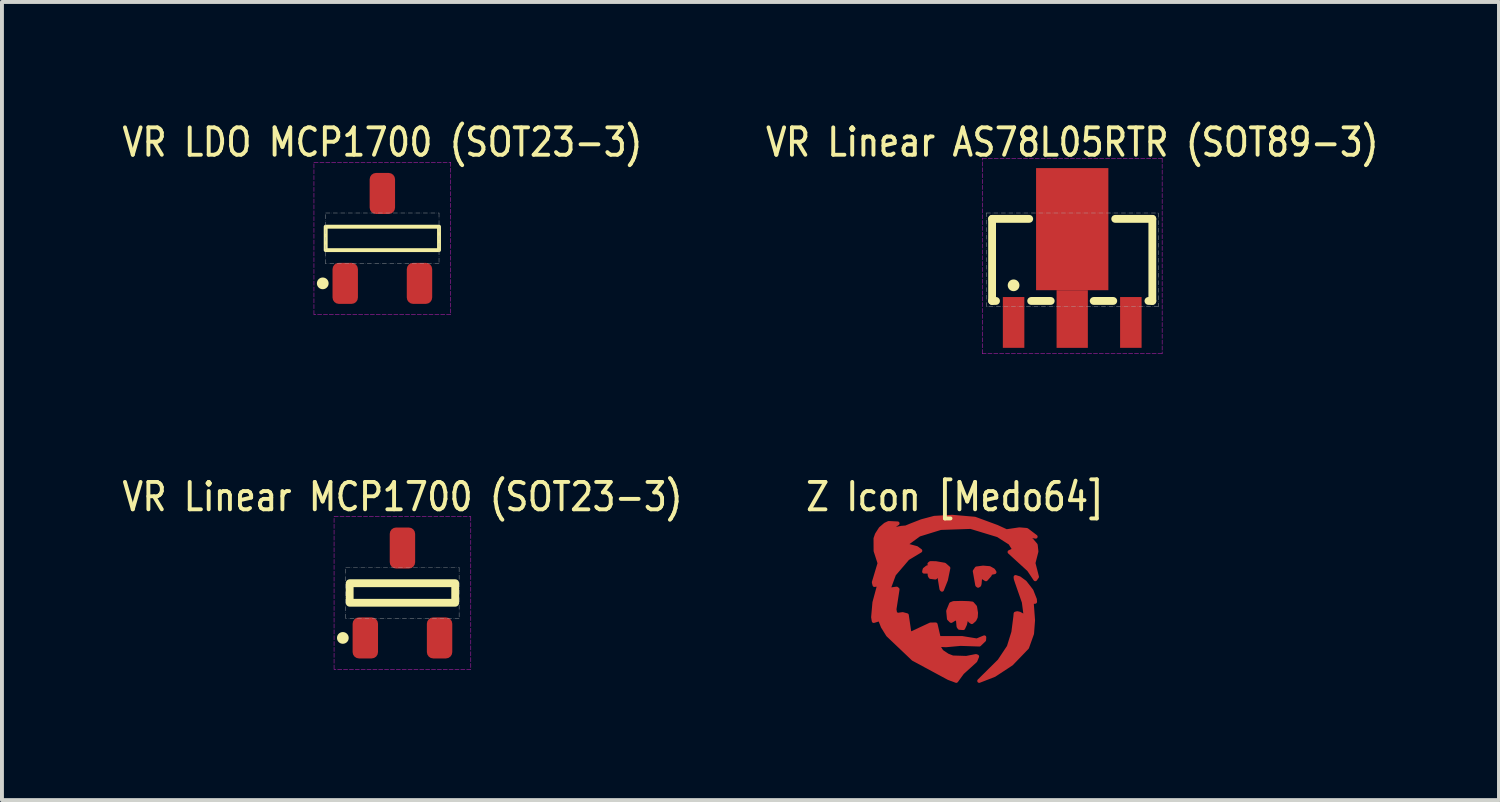
<source format=kicad_pcb>
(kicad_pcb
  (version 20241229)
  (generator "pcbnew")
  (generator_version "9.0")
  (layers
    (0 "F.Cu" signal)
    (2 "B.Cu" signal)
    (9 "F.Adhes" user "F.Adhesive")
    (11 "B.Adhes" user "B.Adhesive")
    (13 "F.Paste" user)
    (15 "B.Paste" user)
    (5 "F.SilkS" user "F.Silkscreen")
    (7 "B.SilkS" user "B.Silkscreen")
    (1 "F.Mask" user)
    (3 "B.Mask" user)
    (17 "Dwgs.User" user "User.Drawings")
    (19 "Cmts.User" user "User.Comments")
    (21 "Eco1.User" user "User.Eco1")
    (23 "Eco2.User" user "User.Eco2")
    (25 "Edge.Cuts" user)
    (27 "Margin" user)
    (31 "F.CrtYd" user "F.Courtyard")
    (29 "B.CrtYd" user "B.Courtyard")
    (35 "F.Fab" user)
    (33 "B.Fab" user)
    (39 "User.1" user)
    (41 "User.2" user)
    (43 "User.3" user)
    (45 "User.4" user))
  (footprint "Z Icon [Medo64]"
    (layer "F.Cu")
    (at 21.384 12.272)
    (property "Reference" "Z Icon [Medo64]" (at 0 -2.2 0) (unlocked yes) (layer "F.SilkS") (effects (font (size 0.7 0.6) (thickness 0.1)) (justify bottom)))
    (attr smd)
    (fp_poly (pts (xy 0.569 -0.353) (xy 0.506 -0.707) (xy 0.554 -0.778) (xy 0.719 -0.8) (xy 0.885 -0.786) (xy 0.979 -0.733) (xy 1.012 -0.682) (xy 0.902 -0.659) (xy 0.892 -0.612) (xy 0.793 -0.5) (xy 0.659 -0.583) (xy 0.647 -0.581) (xy 0.632 -0.391) (xy 0.622 -0.353) (xy 0.592 -0.334)) (stroke (width 0.1) (type solid)) (fill yes) (layer "F.Cu"))
    (fp_poly (pts (xy -0.347 -0.253) (xy -0.412 -0.648) (xy -0.502 -0.544) (xy -0.626 -0.56) (xy -0.646 -0.595) (xy -0.654 -0.695) (xy -0.79 -0.696) (xy -0.777 -0.752) (xy -0.709 -0.806) (xy -0.594 -0.838) (xy -0.594 -0.861) (xy -0.645 -0.874) (xy -0.654 -0.893) (xy -0.626 -0.915) (xy -0.491 -0.913) (xy -0.267 -0.874) (xy -0.168 -0.787) (xy -0.23 -0.486) (xy -0.331 -0.233) (xy -0.339 -0.24)) (stroke (width 0.1) (type solid)) (fill yes) (layer "F.Cu"))
    (fp_poly (pts (xy 0.115 0.742) (xy 0.09 0.706) (xy 0.078 0.566) (xy 0.062 0.52) (xy 0.008 0.502) (xy -0.097 0.566) (xy -0.155 0.508) (xy -0.174 0.31) (xy -0.101 0.133) (xy -0.036 0.108) (xy 0.168 0.103) (xy 0.347 0.109) (xy 0.44 0.12) (xy 0.515 0.205) (xy 0.54 0.36) (xy 0.533 0.466) (xy 0.5 0.535) (xy 0.431 0.596) (xy 0.384 0.562) (xy 0.365 0.53) (xy 0.342 0.512) (xy 0.286 0.53) (xy 0.257 0.652) (xy 0.212 0.749)) (stroke (width 0.1) (type solid)) (fill yes) (layer "F.Cu"))
    (fp_poly (pts (xy 1.137 1.588) (xy 1.377 1.227) (xy 1.493 0.853) (xy 1.544 0.455) (xy 1.551 0.378) (xy 1.595 0.367) (xy 1.649 0.379) (xy 1.781 0.45) (xy 1.801 0.39) (xy 1.761 0.085) (xy 1.586 -0.417) (xy 1.555 -0.511) (xy 1.55 -0.558) (xy 1.648 -0.527) (xy 1.79 -0.423) (xy 1.958 -0.207) (xy 2.045 0.013) (xy 2.05 0.076) (xy 1.964 0.082) (xy 1.999 0.548) (xy 1.973 0.89) (xy 1.846 1.245) (xy 1.444 1.662) (xy 1.007 1.949) (xy 0.62 2.1)) (stroke (width 0.1) (type solid)) (fill yes) (layer "F.Cu"))
    (fp_poly (pts (xy -0.162 2.027) (xy -1.067 1.539) (xy -1.715 0.923) (xy -1.847 0.71) (xy -1.921 0.519) (xy -2.079 0.567) (xy -2.095 0.469) (xy -2.062 0.094) (xy -1.952 -0.314) (xy -1.982 -0.367) (xy -2.06 -0.354) (xy -2.077 -0.422) (xy -1.93 -0.912) (xy -2.032 -1.227) (xy -2.034 -1.544) (xy -1.998 -1.647) (xy -1.903 -1.796) (xy -1.782 -1.9) (xy -1.695 -1.941) (xy -1.468 -1.93) (xy -1.663 -1.801) (xy -1.722 -1.753) (xy -1.784 -1.659) (xy -1.735 -1.66) (xy -1.576 -1.778) (xy -1.371 -1.817) (xy -1.254 -1.827) (xy -1.134 -1.877) (xy -0.852 -1.987) (xy -0.528 -2.073) (xy -0.073 -2.1) (xy 0.509 -2.05) (xy 1.073 -1.842) (xy 1.317 -1.73) (xy 1.649 -1.779) (xy 1.837 -1.763) (xy 2.065 -1.59) (xy 1.802 -1.633) (xy 1.67 -1.615) (xy 1.959 -1.505) (xy 2.067 -1.378) (xy 2.085 -1.212) (xy 2.009 -0.915) (xy 2.099 -0.563) (xy 2.055 -0.501) (xy 1.891 -0.746) (xy 1.396 -1.198) (xy 1.522 -1.254) (xy 1.413 -1.428) (xy 1.101 -1.627) (xy 0.403 -1.839) (xy -0.366 -1.813) (xy -0.919 -1.642) (xy -1.209 -1.43) (xy -1.227 -1.366) (xy -0.981 -1.3) (xy -0.886 -1.23) (xy -1.21 -1.035) (xy -1.558 -0.628) (xy -1.682 -0.293) (xy -1.663 -0.238) (xy -1.492 -0.262) (xy -1.468 -0.242) (xy -1.547 0.268) (xy -1.529 0.375) (xy -1.464 0.408) (xy -1.339 0.39) (xy -1.231 0.419) (xy -1.16 0.905) (xy -0.625 0.656) (xy -0.494 0.655) (xy -0.414 1.002) (xy 0.18 1.002) (xy 0.561 1.064) (xy 0.751 0.985) (xy 0.746 1.053) (xy 0.624 1.17) (xy 0.142 1.154) (xy -0.23 1.188) (xy -0.449 1.178) (xy -0.342 1.347) (xy -0.189 1.45) (xy -0.059 1.5) (xy 0.291 1.511) (xy 0.537 1.463) (xy 0.568 1.475) (xy 0.523 1.584) (xy 0.188 1.888) (xy 0.033 2.1)) (stroke (width 0.1) (type solid)) (fill yes) (layer "F.Cu")))
  (footprint "VR Linear MCP1700 (SOT23-3)"
    (layer "F.Cu")
    (at 7.247 12.122)
    (property "Reference" "VR Linear MCP1700 (SOT23-3)" (at 0 -2.05 0) (unlocked yes) (layer "F.SilkS") (effects (font (size 0.7 0.6) (thickness 0.1)) (justify bottom)))
    (attr smd)
    (fp_rect (start -1.35 -0.25) (end 1.35 0.25) (stroke (width 0.2) (type default)) (fill no) (layer "F.SilkS"))
    (fp_circle (center -1.525 1.15) (end -1.425 1.15) (stroke (width 0.1) (type solid)) (fill yes) (layer "F.SilkS"))
    (fp_rect (start -1.75 -1.95) (end 1.75 1.95) (stroke (width 0.01) (type dash)) (fill no) (layer "F.CrtYd"))
    (fp_rect (start -1.45 -0.65) (end 1.45 0.65) (stroke (width 0.01) (type dash_dot)) (fill no) (layer "F.Fab"))
    (fp_text user "Vout" (at 0.95 0.4 0) (unlocked yes) (layer "User.7") (effects (font (size 0.13 0.07) (thickness 0.014) (bold yes)) (justify top)))
    (fp_text user "GND" (at -0.95 0.4 0) (unlocked yes) (layer "User.7") (effects (font (size 0.13 0.07) (thickness 0.014) (bold yes)) (justify top)))
    (fp_text user "Vin" (at 0 -0.4 0) (unlocked yes) (layer "User.7") (effects (font (size 0.13 0.07) (thickness 0.014) (bold yes)) (justify bottom)))
    (pad "1" smd roundrect (at -0.95 1.15) (size 0.65 1.05) (layers "F.Cu" "F.Mask" "F.Paste") (roundrect_rratio 0.25))
    (pad "2" smd roundrect (at 0.95 1.15) (size 0.65 1.05) (layers "F.Cu" "F.Mask" "F.Paste") (roundrect_rratio 0.25))
    (pad "3" smd roundrect (at 0 -1.15) (size 0.65 1.05) (layers "F.Cu" "F.Mask" "F.Paste") (roundrect_rratio 0.25)))
  (footprint "VR LDO MCP1700 (SOT23-3)"
    (layer "F.Cu")
    (at 6.733 3.05)
    (property "Reference" "VR LDO MCP1700 (SOT23-3)" (at 0 -2.05 0) (unlocked yes) (layer "F.SilkS") (effects (font (size 0.7 0.6) (thickness 0.1)) (justify bottom)))
    (attr smd)
    (fp_rect (start -1.45 -0.3) (end 1.45 0.3) (stroke (width 0.1) (type default)) (fill no) (layer "F.SilkS"))
    (fp_circle (center -1.525 1.15) (end -1.425 1.15) (stroke (width 0.1) (type solid)) (fill yes) (layer "F.SilkS"))
    (fp_rect (start -1.75 -1.95) (end 1.75 1.95) (stroke (width 0.01) (type dash)) (fill no) (layer "F.CrtYd"))
    (fp_rect (start -1.45 -0.65) (end 1.45 0.65) (stroke (width 0.01) (type dash_dot)) (fill no) (layer "F.Fab"))
    (fp_text user "Vout" (at 0.95 0.4 0) (unlocked yes) (layer "User.7") (effects (font (size 0.13 0.07) (thickness 0.014) (bold yes)) (justify top)))
    (fp_text user "GND" (at -0.95 0.4 0) (unlocked yes) (layer "User.7") (effects (font (size 0.13 0.07) (thickness 0.014) (bold yes)) (justify top)))
    (fp_text user "Vin" (at 0 -0.4 0) (unlocked yes) (layer "User.7") (effects (font (size 0.13 0.07) (thickness 0.014) (bold yes)) (justify bottom)))
    (pad "1" smd roundrect (at -0.95 1.15) (size 0.65 1.05) (layers "F.Cu" "F.Mask" "F.Paste") (roundrect_rratio 0.25))
    (pad "2" smd roundrect (at 0.95 1.15) (size 0.65 1.05) (layers "F.Cu" "F.Mask" "F.Paste") (roundrect_rratio 0.25))
    (pad "3" smd roundrect (at 0 -1.15) (size 0.65 1.05) (layers "F.Cu" "F.Mask" "F.Paste") (roundrect_rratio 0.25)))
  (footprint "VR Linear AS78L05RTR (SOT89-3)"
    (layer "F.Cu")
    (at 24.384 5.2)
    (property "Reference" "VR Linear AS78L05RTR (SOT89-3)" (at 0 -4.2 0) (unlocked yes) (layer "F.SilkS") (effects (font (size 0.7 0.6) (thickness 0.1)) (justify bottom)))
    (attr smd)
    (fp_line (start -2.05 -2.65) (end -1.1 -2.65) (stroke (width 0.2) (type default)) (layer "F.SilkS"))
    (fp_line (start -2.05 -0.55) (end -2.05 -2.65) (stroke (width 0.2) (type default)) (layer "F.SilkS"))
    (fp_line (start -2.05 -0.55) (end -1.95 -0.55) (stroke (width 0.2) (type default)) (layer "F.SilkS"))
    (fp_line (start -1.05 -0.55) (end -0.55 -0.55) (stroke (width 0.2) (type default)) (layer "F.SilkS"))
    (fp_line (start 1.05 -0.55) (end 0.55 -0.55) (stroke (width 0.2) (type default)) (layer "F.SilkS"))
    (fp_line (start 2.05 -2.65) (end 1.1 -2.65) (stroke (width 0.2) (type default)) (layer "F.SilkS"))
    (fp_line (start 2.05 -0.55) (end 1.95 -0.55) (stroke (width 0.2) (type default)) (layer "F.SilkS"))
    (fp_line (start 2.05 -0.55) (end 2.05 -2.65) (stroke (width 0.2) (type default)) (layer "F.SilkS"))
    (fp_circle (center -1.5 -0.95) (end -1.4 -0.95) (stroke (width 0.1) (type solid)) (fill yes) (layer "F.SilkS"))
    (fp_rect (start -2.3 -4.2) (end 2.3 0.8) (stroke (width 0.01) (type dash)) (fill no) (layer "F.CrtYd"))
    (fp_rect (start -2.2 -2.8) (end 2.2 -0.4) (stroke (width 0.01) (type dash_dot)) (fill no) (layer "F.Fab"))
    (fp_text user "Vin" (at 1.5 0.7 0) (unlocked yes) (layer "User.7") (effects (font (size 0.13 0.07) (thickness 0.014) (bold yes)) (justify top)))
    (fp_text user "Vout" (at -1.5 0.7 0) (unlocked yes) (layer "User.7") (effects (font (size 0.13 0.07) (thickness 0.014) (bold yes)) (justify top)))
    (fp_text user "GND" (at 0 0.7 0) (unlocked yes) (layer "User.7") (effects (font (size 0.13 0.07) (thickness 0.014) (bold yes)) (justify top)))
    (pad "1" smd rect (at -1.5 0) (size 0.55 1.3) (layers "F.Cu" "F.Mask" "F.Paste"))
    (pad "2" smd custom (at 0 -0.087) (size 0.8 1.475) (layers "F.Cu" "F.Mask" "F.Paste") (options (anchor rect)) (primitives (gr_poly (pts (xy -0.925 -3.862) (xy 0.925 -3.862) (xy 0.925 -0.738) (xy -0.925 -0.738)) (width 0) (fill yes))))
    (pad "3" smd rect (at 1.5 0) (size 0.55 1.3) (layers "F.Cu" "F.Mask" "F.Paste")))
  (gr_rect
    (start -3 -3)
    (end 35.303 17.422)
    (stroke (width 0.1) (type default))
    (fill no)
    (layer "Edge.Cuts")))
</source>
